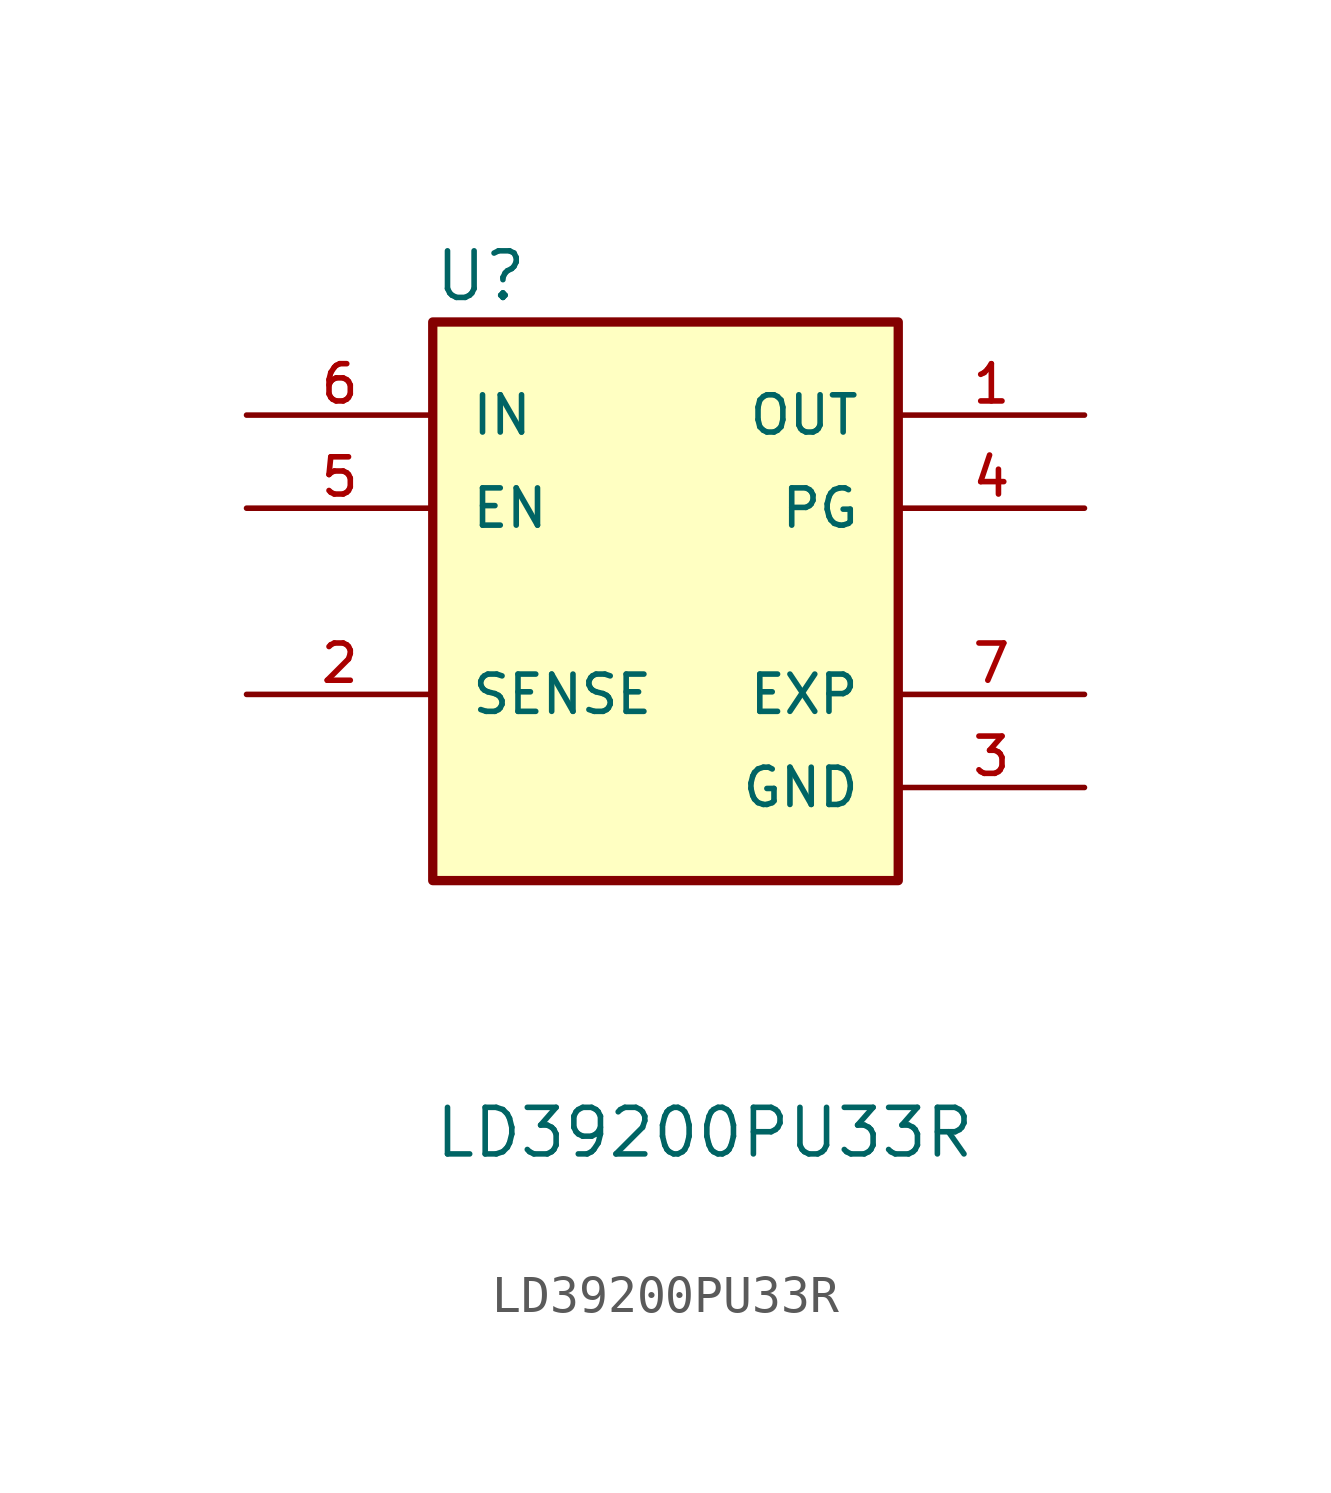
<source format=kicad_sym>
(kicad_symbol_lib
  (version 20231120)
  (generator "kicad_symbol_editor")
  (generator_version "8.0")
  (symbol "LD39200PU33R"
    (pin_names
      (offset 1.016))
    (property "Reference" "U"
      (at -12.7 10.668 0)
      (effects (font (size 1.27 1.27)) (justify left bottom)))
    (property "Value" "LD39200PU33R"
      (at -12.7 -12.7 0)
      (effects (font (size 1.27 1.27)) (justify left bottom)))
    (symbol "LD39200PU33R_0_0"
      (rectangle (start -12.7 10.16) (end 0 -5.08) (stroke (width 0.254) (type default)) (fill (type background)))
      (pin output line (at 5.08 7.62 180) (length 5.08) (name "OUT" (effects (font (size 1.016 1.016)))) (number "1" (effects (font (size 1.016 1.016)))))
      (pin input line (at -17.78 0 0) (length 5.08) (name "SENSE" (effects (font (size 1.016 1.016)))) (number "2" (effects (font (size 1.016 1.016)))))
      (pin power_in line (at 5.08 -2.54 180) (length 5.08) (name "GND" (effects (font (size 1.016 1.016)))) (number "3" (effects (font (size 1.016 1.016)))))
      (pin output line (at 5.08 5.08 180) (length 5.08) (name "PG" (effects (font (size 1.016 1.016)))) (number "4" (effects (font (size 1.016 1.016)))))
      (pin input line (at -17.78 5.08 0) (length 5.08) (name "EN" (effects (font (size 1.016 1.016)))) (number "5" (effects (font (size 1.016 1.016)))))
      (pin input line (at -17.78 7.62 0) (length 5.08) (name "IN" (effects (font (size 1.016 1.016)))) (number "6" (effects (font (size 1.016 1.016)))))
      (pin power_in line (at 5.08 0 180) (length 5.08) (name "EXP" (effects (font (size 1.016 1.016)))) (number "7" (effects (font (size 1.016 1.016))))))))
</source>
